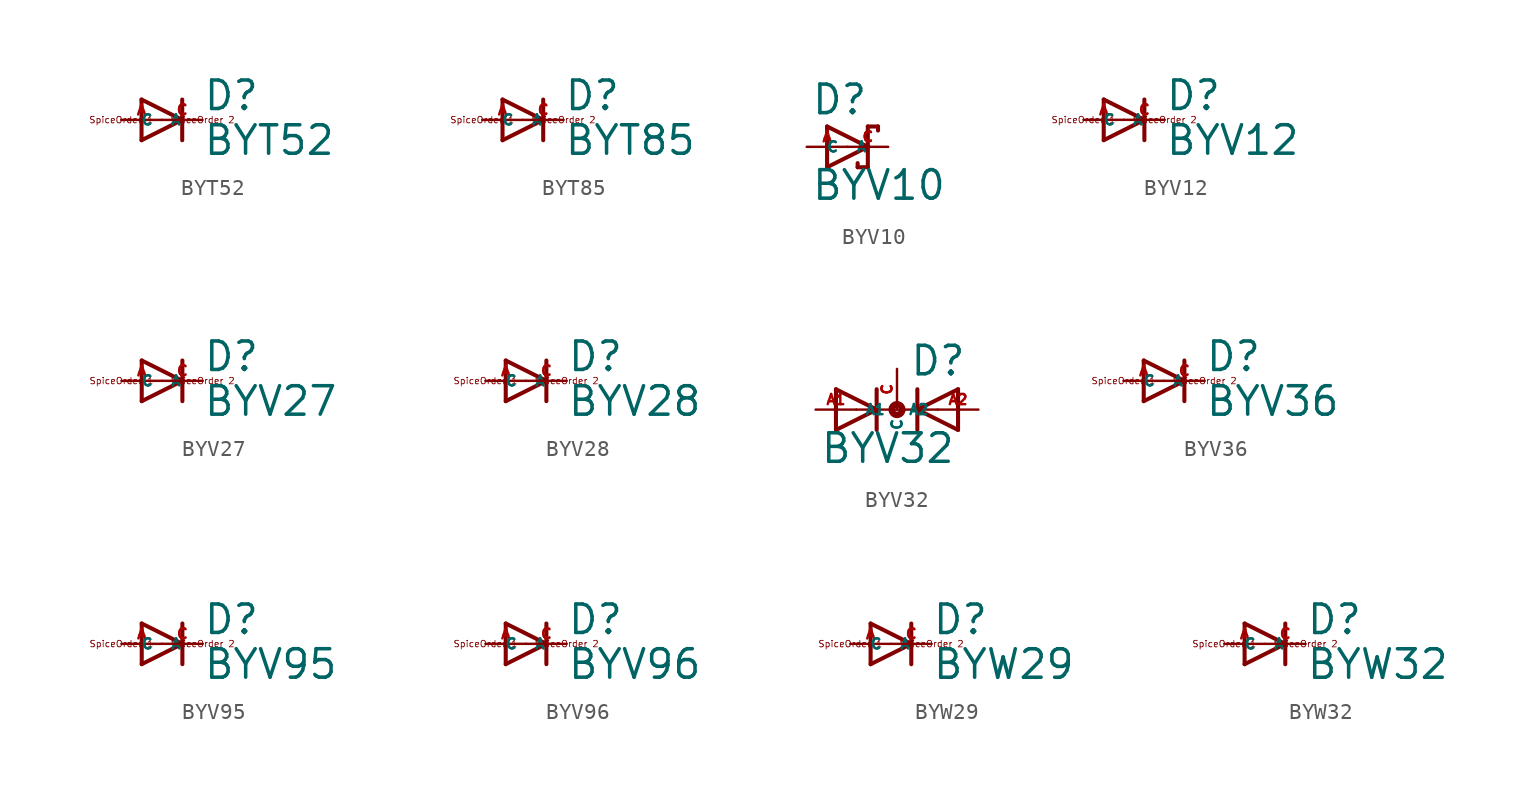
<source format=kicad_sym>
(kicad_symbol_lib
  (version 20220914)
  (generator Eagle2Kicad)
  (symbol "BYT52"
    (property "Reference" "D"
      (at 2.54 0.483 0)
      (effects (font (size 1.778 1.778) (thickness 0.22)) (justify left bottom)))
    (property "Value" "BYT52"
      (at 2.54 -2.311 0)
      (effects (font (size 1.778 1.778) (thickness 0.22)) (justify left bottom)))
    (polyline
      (pts (xy -1.27 -1.27) (xy 1.27 0))
      (stroke (width 0.254) (type default))
      (fill (type none)))
    (polyline
      (pts (xy 1.27 0) (xy -1.27 1.27))
      (stroke (width 0.254) (type default))
      (fill (type none)))
    (polyline
      (pts (xy 1.27 1.27) (xy 1.27 0))
      (stroke (width 0.254) (type default))
      (fill (type none)))
    (polyline
      (pts (xy -1.27 1.27) (xy -1.27 -1.27))
      (stroke (width 0.254) (type default))
      (fill (type none)))
    (polyline
      (pts (xy 1.27 0) (xy 1.27 -1.27))
      (stroke (width 0.254) (type default))
      (fill (type none)))
    (text "SpiceOrder 1"
      (at -2.54 0 0)
      (effects (font (size 0.406 0.406) (thickness 0.05))))
    (text "SpiceOrder 2"
      (at 2.54 0 0)
      (effects (font (size 0.406 0.406) (thickness 0.05))))
    (pin passive line
      (at -2.54 0 0)
      (length 2.54)
      (name "A" (effects (font (size 0.635 0.635) (thickness 0.08)) (justify left bottom)))
      (number "A" (effects (font (size 0.635 0.635) (thickness 0.08)) (justify left bottom))))
    (pin passive line
      (at 2.54 0 180)
      (length 2.54)
      (name "C" (effects (font (size 0.635 0.635) (thickness 0.08)) (justify left bottom)))
      (number "C" (effects (font (size 0.635 0.635) (thickness 0.08)) (justify left bottom)))))
  (symbol "BYT85"
    (property "Reference" "D"
      (at 2.54 0.483 0)
      (effects (font (size 1.778 1.778) (thickness 0.22)) (justify left bottom)))
    (property "Value" "BYT85"
      (at 2.54 -2.311 0)
      (effects (font (size 1.778 1.778) (thickness 0.22)) (justify left bottom)))
    (polyline
      (pts (xy -1.27 -1.27) (xy 1.27 0))
      (stroke (width 0.254) (type default))
      (fill (type none)))
    (polyline
      (pts (xy 1.27 0) (xy -1.27 1.27))
      (stroke (width 0.254) (type default))
      (fill (type none)))
    (polyline
      (pts (xy 1.27 1.27) (xy 1.27 0))
      (stroke (width 0.254) (type default))
      (fill (type none)))
    (polyline
      (pts (xy -1.27 1.27) (xy -1.27 -1.27))
      (stroke (width 0.254) (type default))
      (fill (type none)))
    (polyline
      (pts (xy 1.27 0) (xy 1.27 -1.27))
      (stroke (width 0.254) (type default))
      (fill (type none)))
    (text "SpiceOrder 1"
      (at -2.54 0 0)
      (effects (font (size 0.406 0.406) (thickness 0.05))))
    (text "SpiceOrder 2"
      (at 2.54 0 0)
      (effects (font (size 0.406 0.406) (thickness 0.05))))
    (pin passive line
      (at -2.54 0 0)
      (length 2.54)
      (name "A" (effects (font (size 0.635 0.635) (thickness 0.08)) (justify left bottom)))
      (number "A" (effects (font (size 0.635 0.635) (thickness 0.08)) (justify left bottom))))
    (pin passive line
      (at 2.54 0 180)
      (length 2.54)
      (name "C" (effects (font (size 0.635 0.635) (thickness 0.08)) (justify left bottom)))
      (number "C" (effects (font (size 0.635 0.635) (thickness 0.08)) (justify left bottom)))))
  (symbol "BYV10"
    (property "Reference" "D"
      (at -2.286 1.905 0)
      (effects (font (size 1.778 1.778) (thickness 0.22)) (justify left bottom)))
    (property "Value" "BYV10"
      (at -2.286 -3.429 0)
      (effects (font (size 1.778 1.778) (thickness 0.22)) (justify left bottom)))
    (polyline
      (pts (xy -1.27 -1.27) (xy 1.27 0))
      (stroke (width 0.254) (type default))
      (fill (type none)))
    (polyline
      (pts (xy 1.27 0) (xy -1.27 1.27))
      (stroke (width 0.254) (type default))
      (fill (type none)))
    (polyline
      (pts (xy 1.905 1.27) (xy 1.27 1.27))
      (stroke (width 0.254) (type default))
      (fill (type none)))
    (polyline
      (pts (xy 1.27 1.27) (xy 1.27 0))
      (stroke (width 0.254) (type default))
      (fill (type none)))
    (polyline
      (pts (xy -1.27 1.27) (xy -1.27 -1.27))
      (stroke (width 0.254) (type default))
      (fill (type none)))
    (polyline
      (pts (xy 1.27 0) (xy 1.27 -1.27))
      (stroke (width 0.254) (type default))
      (fill (type none)))
    (polyline
      (pts (xy 1.905 1.27) (xy 1.905 1.016))
      (stroke (width 0.254) (type default))
      (fill (type none)))
    (polyline
      (pts (xy 1.27 -1.27) (xy 0.635 -1.27))
      (stroke (width 0.254) (type default))
      (fill (type none)))
    (polyline
      (pts (xy 0.635 -1.016) (xy 0.635 -1.27))
      (stroke (width 0.254) (type default))
      (fill (type none)))
    (pin passive line
      (at -2.54 0 0)
      (length 2.54)
      (name "A" (effects (font (size 0.635 0.635) (thickness 0.08)) (justify left bottom)))
      (number "A" (effects (font (size 0.635 0.635) (thickness 0.08)) (justify left bottom))))
    (pin passive line
      (at 2.54 0 180)
      (length 2.54)
      (name "C" (effects (font (size 0.635 0.635) (thickness 0.08)) (justify left bottom)))
      (number "C" (effects (font (size 0.635 0.635) (thickness 0.08)) (justify left bottom)))))
  (symbol "BYV12"
    (property "Reference" "D"
      (at 2.54 0.483 0)
      (effects (font (size 1.778 1.778) (thickness 0.22)) (justify left bottom)))
    (property "Value" "BYV12"
      (at 2.54 -2.311 0)
      (effects (font (size 1.778 1.778) (thickness 0.22)) (justify left bottom)))
    (polyline
      (pts (xy -1.27 -1.27) (xy 1.27 0))
      (stroke (width 0.254) (type default))
      (fill (type none)))
    (polyline
      (pts (xy 1.27 0) (xy -1.27 1.27))
      (stroke (width 0.254) (type default))
      (fill (type none)))
    (polyline
      (pts (xy 1.27 1.27) (xy 1.27 0))
      (stroke (width 0.254) (type default))
      (fill (type none)))
    (polyline
      (pts (xy -1.27 1.27) (xy -1.27 -1.27))
      (stroke (width 0.254) (type default))
      (fill (type none)))
    (polyline
      (pts (xy 1.27 0) (xy 1.27 -1.27))
      (stroke (width 0.254) (type default))
      (fill (type none)))
    (text "SpiceOrder 1"
      (at -2.54 0 0)
      (effects (font (size 0.406 0.406) (thickness 0.05))))
    (text "SpiceOrder 2"
      (at 2.54 0 0)
      (effects (font (size 0.406 0.406) (thickness 0.05))))
    (pin passive line
      (at -2.54 0 0)
      (length 2.54)
      (name "A" (effects (font (size 0.635 0.635) (thickness 0.08)) (justify left bottom)))
      (number "A" (effects (font (size 0.635 0.635) (thickness 0.08)) (justify left bottom))))
    (pin passive line
      (at 2.54 0 180)
      (length 2.54)
      (name "C" (effects (font (size 0.635 0.635) (thickness 0.08)) (justify left bottom)))
      (number "C" (effects (font (size 0.635 0.635) (thickness 0.08)) (justify left bottom)))))
  (symbol "BYV27"
    (property "Reference" "D"
      (at 2.54 0.483 0)
      (effects (font (size 1.778 1.778) (thickness 0.22)) (justify left bottom)))
    (property "Value" "BYV27"
      (at 2.54 -2.311 0)
      (effects (font (size 1.778 1.778) (thickness 0.22)) (justify left bottom)))
    (polyline
      (pts (xy -1.27 -1.27) (xy 1.27 0))
      (stroke (width 0.254) (type default))
      (fill (type none)))
    (polyline
      (pts (xy 1.27 0) (xy -1.27 1.27))
      (stroke (width 0.254) (type default))
      (fill (type none)))
    (polyline
      (pts (xy 1.27 1.27) (xy 1.27 0))
      (stroke (width 0.254) (type default))
      (fill (type none)))
    (polyline
      (pts (xy -1.27 1.27) (xy -1.27 -1.27))
      (stroke (width 0.254) (type default))
      (fill (type none)))
    (polyline
      (pts (xy 1.27 0) (xy 1.27 -1.27))
      (stroke (width 0.254) (type default))
      (fill (type none)))
    (text "SpiceOrder 1"
      (at -2.54 0 0)
      (effects (font (size 0.406 0.406) (thickness 0.05))))
    (text "SpiceOrder 2"
      (at 2.54 0 0)
      (effects (font (size 0.406 0.406) (thickness 0.05))))
    (pin passive line
      (at -2.54 0 0)
      (length 2.54)
      (name "A" (effects (font (size 0.635 0.635) (thickness 0.08)) (justify left bottom)))
      (number "A" (effects (font (size 0.635 0.635) (thickness 0.08)) (justify left bottom))))
    (pin passive line
      (at 2.54 0 180)
      (length 2.54)
      (name "C" (effects (font (size 0.635 0.635) (thickness 0.08)) (justify left bottom)))
      (number "C" (effects (font (size 0.635 0.635) (thickness 0.08)) (justify left bottom)))))
  (symbol "BYV28"
    (property "Reference" "D"
      (at 2.54 0.483 0)
      (effects (font (size 1.778 1.778) (thickness 0.22)) (justify left bottom)))
    (property "Value" "BYV28"
      (at 2.54 -2.311 0)
      (effects (font (size 1.778 1.778) (thickness 0.22)) (justify left bottom)))
    (polyline
      (pts (xy -1.27 -1.27) (xy 1.27 0))
      (stroke (width 0.254) (type default))
      (fill (type none)))
    (polyline
      (pts (xy 1.27 0) (xy -1.27 1.27))
      (stroke (width 0.254) (type default))
      (fill (type none)))
    (polyline
      (pts (xy 1.27 1.27) (xy 1.27 0))
      (stroke (width 0.254) (type default))
      (fill (type none)))
    (polyline
      (pts (xy -1.27 1.27) (xy -1.27 -1.27))
      (stroke (width 0.254) (type default))
      (fill (type none)))
    (polyline
      (pts (xy 1.27 0) (xy 1.27 -1.27))
      (stroke (width 0.254) (type default))
      (fill (type none)))
    (text "SpiceOrder 1"
      (at -2.54 0 0)
      (effects (font (size 0.406 0.406) (thickness 0.05))))
    (text "SpiceOrder 2"
      (at 2.54 0 0)
      (effects (font (size 0.406 0.406) (thickness 0.05))))
    (pin passive line
      (at -2.54 0 0)
      (length 2.54)
      (name "A" (effects (font (size 0.635 0.635) (thickness 0.08)) (justify left bottom)))
      (number "A" (effects (font (size 0.635 0.635) (thickness 0.08)) (justify left bottom))))
    (pin passive line
      (at 2.54 0 180)
      (length 2.54)
      (name "C" (effects (font (size 0.635 0.635) (thickness 0.08)) (justify left bottom)))
      (number "C" (effects (font (size 0.635 0.635) (thickness 0.08)) (justify left bottom)))))
  (symbol "BYV32"
    (property "Reference" "D"
      (at 0.762 2.007 0)
      (effects (font (size 1.778 1.778) (thickness 0.22)) (justify left bottom)))
    (property "Value" "BYV32"
      (at -4.826 -3.454 0)
      (effects (font (size 1.778 1.778) (thickness 0.22)) (justify left bottom)))
    (polyline
      (pts (xy -3.81 -1.27) (xy -1.27 0))
      (stroke (width 0.254) (type default))
      (fill (type none)))
    (polyline
      (pts (xy -1.27 0) (xy -3.81 1.27))
      (stroke (width 0.254) (type default))
      (fill (type none)))
    (polyline
      (pts (xy -1.27 1.27) (xy -1.27 0))
      (stroke (width 0.254) (type default))
      (fill (type none)))
    (polyline
      (pts (xy -2.54 0) (xy -1.27 0))
      (stroke (width 0.152) (type default))
      (fill (type none)))
    (polyline
      (pts (xy -3.81 1.27) (xy -3.81 -1.27))
      (stroke (width 0.254) (type default))
      (fill (type none)))
    (polyline
      (pts (xy -1.27 0) (xy -1.27 -1.27))
      (stroke (width 0.254) (type default))
      (fill (type none)))
    (polyline
      (pts (xy 3.81 1.27) (xy 1.27 0))
      (stroke (width 0.254) (type default))
      (fill (type none)))
    (polyline
      (pts (xy 1.27 0) (xy 3.81 -1.27))
      (stroke (width 0.254) (type default))
      (fill (type none)))
    (polyline
      (pts (xy 1.27 -1.27) (xy 1.27 0))
      (stroke (width 0.254) (type default))
      (fill (type none)))
    (polyline
      (pts (xy -1.27 0) (xy 1.27 0))
      (stroke (width 0.152) (type default))
      (fill (type none)))
    (polyline
      (pts (xy 2.54 0) (xy 1.27 0))
      (stroke (width 0.152) (type default))
      (fill (type none)))
    (polyline
      (pts (xy 3.81 -1.27) (xy 3.81 1.27))
      (stroke (width 0.254) (type default))
      (fill (type none)))
    (polyline
      (pts (xy 1.27 0) (xy 1.27 1.27))
      (stroke (width 0.254) (type default))
      (fill (type none)))
    (circle
      (center 0 0)
      (radius 0.127)
      (stroke (width 0.406) (type default))
      (fill (type none)))
    (pin passive line
      (at -5.08 0 0)
      (length 2.54)
      (name "A1" (effects (font (size 0.635 0.635) (thickness 0.08)) (justify left bottom)))
      (number "A1" (effects (font (size 0.635 0.635) (thickness 0.08)) (justify left bottom))))
    (pin passive line
      (at 5.08 0 180)
      (length 2.54)
      (name "A2" (effects (font (size 0.635 0.635) (thickness 0.08)) (justify left bottom)))
      (number "A2" (effects (font (size 0.635 0.635) (thickness 0.08)) (justify left bottom))))
    (pin passive line
      (at 0 2.54 270)
      (length 2.54)
      (name "C" (effects (font (size 0.635 0.635) (thickness 0.08)) (justify left bottom)))
      (number "C" (effects (font (size 0.635 0.635) (thickness 0.08)) (justify left bottom)))))
  (symbol "BYV36"
    (property "Reference" "D"
      (at 2.54 0.483 0)
      (effects (font (size 1.778 1.778) (thickness 0.22)) (justify left bottom)))
    (property "Value" "BYV36"
      (at 2.54 -2.311 0)
      (effects (font (size 1.778 1.778) (thickness 0.22)) (justify left bottom)))
    (polyline
      (pts (xy -1.27 -1.27) (xy 1.27 0))
      (stroke (width 0.254) (type default))
      (fill (type none)))
    (polyline
      (pts (xy 1.27 0) (xy -1.27 1.27))
      (stroke (width 0.254) (type default))
      (fill (type none)))
    (polyline
      (pts (xy 1.27 1.27) (xy 1.27 0))
      (stroke (width 0.254) (type default))
      (fill (type none)))
    (polyline
      (pts (xy -1.27 1.27) (xy -1.27 -1.27))
      (stroke (width 0.254) (type default))
      (fill (type none)))
    (polyline
      (pts (xy 1.27 0) (xy 1.27 -1.27))
      (stroke (width 0.254) (type default))
      (fill (type none)))
    (text "SpiceOrder 1"
      (at -2.54 0 0)
      (effects (font (size 0.406 0.406) (thickness 0.05))))
    (text "SpiceOrder 2"
      (at 2.54 0 0)
      (effects (font (size 0.406 0.406) (thickness 0.05))))
    (pin passive line
      (at -2.54 0 0)
      (length 2.54)
      (name "A" (effects (font (size 0.635 0.635) (thickness 0.08)) (justify left bottom)))
      (number "A" (effects (font (size 0.635 0.635) (thickness 0.08)) (justify left bottom))))
    (pin passive line
      (at 2.54 0 180)
      (length 2.54)
      (name "C" (effects (font (size 0.635 0.635) (thickness 0.08)) (justify left bottom)))
      (number "C" (effects (font (size 0.635 0.635) (thickness 0.08)) (justify left bottom)))))
  (symbol "BYV95"
    (property "Reference" "D"
      (at 2.54 0.483 0)
      (effects (font (size 1.778 1.778) (thickness 0.22)) (justify left bottom)))
    (property "Value" "BYV95"
      (at 2.54 -2.311 0)
      (effects (font (size 1.778 1.778) (thickness 0.22)) (justify left bottom)))
    (polyline
      (pts (xy -1.27 -1.27) (xy 1.27 0))
      (stroke (width 0.254) (type default))
      (fill (type none)))
    (polyline
      (pts (xy 1.27 0) (xy -1.27 1.27))
      (stroke (width 0.254) (type default))
      (fill (type none)))
    (polyline
      (pts (xy 1.27 1.27) (xy 1.27 0))
      (stroke (width 0.254) (type default))
      (fill (type none)))
    (polyline
      (pts (xy -1.27 1.27) (xy -1.27 -1.27))
      (stroke (width 0.254) (type default))
      (fill (type none)))
    (polyline
      (pts (xy 1.27 0) (xy 1.27 -1.27))
      (stroke (width 0.254) (type default))
      (fill (type none)))
    (text "SpiceOrder 1"
      (at -2.54 0 0)
      (effects (font (size 0.406 0.406) (thickness 0.05))))
    (text "SpiceOrder 2"
      (at 2.54 0 0)
      (effects (font (size 0.406 0.406) (thickness 0.05))))
    (pin passive line
      (at -2.54 0 0)
      (length 2.54)
      (name "A" (effects (font (size 0.635 0.635) (thickness 0.08)) (justify left bottom)))
      (number "A" (effects (font (size 0.635 0.635) (thickness 0.08)) (justify left bottom))))
    (pin passive line
      (at 2.54 0 180)
      (length 2.54)
      (name "C" (effects (font (size 0.635 0.635) (thickness 0.08)) (justify left bottom)))
      (number "C" (effects (font (size 0.635 0.635) (thickness 0.08)) (justify left bottom)))))
  (symbol "BYV96"
    (property "Reference" "D"
      (at 2.54 0.483 0)
      (effects (font (size 1.778 1.778) (thickness 0.22)) (justify left bottom)))
    (property "Value" "BYV96"
      (at 2.54 -2.311 0)
      (effects (font (size 1.778 1.778) (thickness 0.22)) (justify left bottom)))
    (polyline
      (pts (xy -1.27 -1.27) (xy 1.27 0))
      (stroke (width 0.254) (type default))
      (fill (type none)))
    (polyline
      (pts (xy 1.27 0) (xy -1.27 1.27))
      (stroke (width 0.254) (type default))
      (fill (type none)))
    (polyline
      (pts (xy 1.27 1.27) (xy 1.27 0))
      (stroke (width 0.254) (type default))
      (fill (type none)))
    (polyline
      (pts (xy -1.27 1.27) (xy -1.27 -1.27))
      (stroke (width 0.254) (type default))
      (fill (type none)))
    (polyline
      (pts (xy 1.27 0) (xy 1.27 -1.27))
      (stroke (width 0.254) (type default))
      (fill (type none)))
    (text "SpiceOrder 1"
      (at -2.54 0 0)
      (effects (font (size 0.406 0.406) (thickness 0.05))))
    (text "SpiceOrder 2"
      (at 2.54 0 0)
      (effects (font (size 0.406 0.406) (thickness 0.05))))
    (pin passive line
      (at -2.54 0 0)
      (length 2.54)
      (name "A" (effects (font (size 0.635 0.635) (thickness 0.08)) (justify left bottom)))
      (number "A" (effects (font (size 0.635 0.635) (thickness 0.08)) (justify left bottom))))
    (pin passive line
      (at 2.54 0 180)
      (length 2.54)
      (name "C" (effects (font (size 0.635 0.635) (thickness 0.08)) (justify left bottom)))
      (number "C" (effects (font (size 0.635 0.635) (thickness 0.08)) (justify left bottom)))))
  (symbol "BYW29"
    (property "Reference" "D"
      (at 2.54 0.483 0)
      (effects (font (size 1.778 1.778) (thickness 0.22)) (justify left bottom)))
    (property "Value" "BYW29"
      (at 2.54 -2.311 0)
      (effects (font (size 1.778 1.778) (thickness 0.22)) (justify left bottom)))
    (polyline
      (pts (xy -1.27 -1.27) (xy 1.27 0))
      (stroke (width 0.254) (type default))
      (fill (type none)))
    (polyline
      (pts (xy 1.27 0) (xy -1.27 1.27))
      (stroke (width 0.254) (type default))
      (fill (type none)))
    (polyline
      (pts (xy 1.27 1.27) (xy 1.27 0))
      (stroke (width 0.254) (type default))
      (fill (type none)))
    (polyline
      (pts (xy -1.27 1.27) (xy -1.27 -1.27))
      (stroke (width 0.254) (type default))
      (fill (type none)))
    (polyline
      (pts (xy 1.27 0) (xy 1.27 -1.27))
      (stroke (width 0.254) (type default))
      (fill (type none)))
    (text "SpiceOrder 1"
      (at -2.54 0 0)
      (effects (font (size 0.406 0.406) (thickness 0.05))))
    (text "SpiceOrder 2"
      (at 2.54 0 0)
      (effects (font (size 0.406 0.406) (thickness 0.05))))
    (pin passive line
      (at -2.54 0 0)
      (length 2.54)
      (name "A" (effects (font (size 0.635 0.635) (thickness 0.08)) (justify left bottom)))
      (number "A" (effects (font (size 0.635 0.635) (thickness 0.08)) (justify left bottom))))
    (pin passive line
      (at 2.54 0 180)
      (length 2.54)
      (name "C" (effects (font (size 0.635 0.635) (thickness 0.08)) (justify left bottom)))
      (number "C" (effects (font (size 0.635 0.635) (thickness 0.08)) (justify left bottom)))))
  (symbol "BYW32"
    (property "Reference" "D"
      (at 2.54 0.483 0)
      (effects (font (size 1.778 1.778) (thickness 0.22)) (justify left bottom)))
    (property "Value" "BYW32"
      (at 2.54 -2.311 0)
      (effects (font (size 1.778 1.778) (thickness 0.22)) (justify left bottom)))
    (polyline
      (pts (xy -1.27 -1.27) (xy 1.27 0))
      (stroke (width 0.254) (type default))
      (fill (type none)))
    (polyline
      (pts (xy 1.27 0) (xy -1.27 1.27))
      (stroke (width 0.254) (type default))
      (fill (type none)))
    (polyline
      (pts (xy 1.27 1.27) (xy 1.27 0))
      (stroke (width 0.254) (type default))
      (fill (type none)))
    (polyline
      (pts (xy -1.27 1.27) (xy -1.27 -1.27))
      (stroke (width 0.254) (type default))
      (fill (type none)))
    (polyline
      (pts (xy 1.27 0) (xy 1.27 -1.27))
      (stroke (width 0.254) (type default))
      (fill (type none)))
    (text "SpiceOrder 1"
      (at -2.54 0 0)
      (effects (font (size 0.406 0.406) (thickness 0.05))))
    (text "SpiceOrder 2"
      (at 2.54 0 0)
      (effects (font (size 0.406 0.406) (thickness 0.05))))
    (pin passive line
      (at -2.54 0 0)
      (length 2.54)
      (name "A" (effects (font (size 0.635 0.635) (thickness 0.08)) (justify left bottom)))
      (number "A" (effects (font (size 0.635 0.635) (thickness 0.08)) (justify left bottom))))
    (pin passive line
      (at 2.54 0 180)
      (length 2.54)
      (name "C" (effects (font (size 0.635 0.635) (thickness 0.08)) (justify left bottom)))
      (number "C" (effects (font (size 0.635 0.635) (thickness 0.08)) (justify left bottom))))))
</source>
